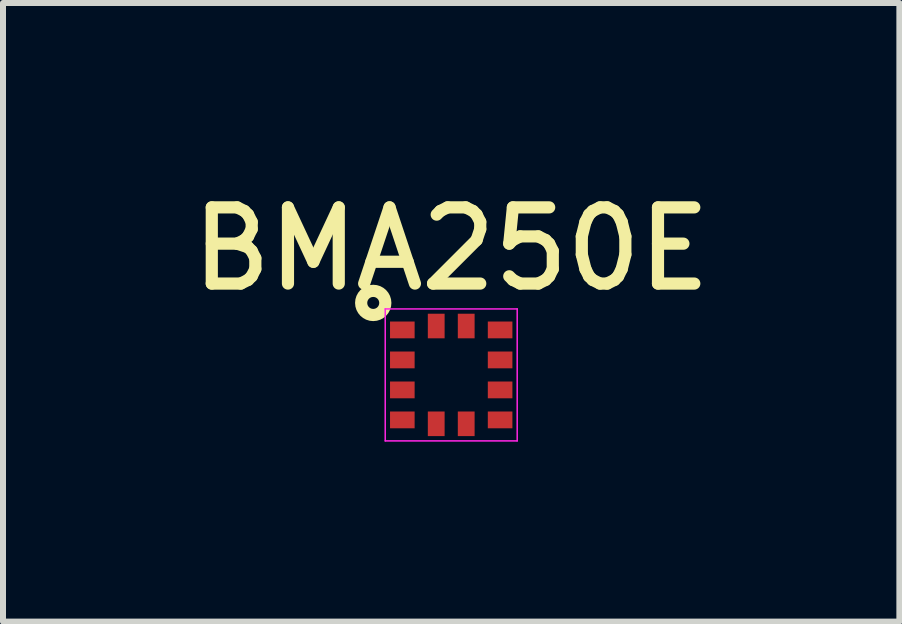
<source format=kicad_pcb>
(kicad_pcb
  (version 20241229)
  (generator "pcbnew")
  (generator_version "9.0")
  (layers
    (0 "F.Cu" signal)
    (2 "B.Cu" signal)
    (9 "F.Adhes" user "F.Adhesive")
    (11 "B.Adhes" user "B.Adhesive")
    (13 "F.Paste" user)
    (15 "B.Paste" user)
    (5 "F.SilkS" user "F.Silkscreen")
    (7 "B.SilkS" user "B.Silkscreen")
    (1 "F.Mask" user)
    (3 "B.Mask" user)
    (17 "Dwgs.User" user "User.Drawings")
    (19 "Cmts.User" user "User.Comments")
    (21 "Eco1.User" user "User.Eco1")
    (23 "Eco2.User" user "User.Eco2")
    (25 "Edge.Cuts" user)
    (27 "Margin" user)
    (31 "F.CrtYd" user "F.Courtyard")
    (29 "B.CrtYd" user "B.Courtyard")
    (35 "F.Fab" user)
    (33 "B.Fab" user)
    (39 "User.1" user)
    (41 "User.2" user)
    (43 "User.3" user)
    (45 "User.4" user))
  (footprint "BMA250E"
    (layer "F.Cu")
    (at 4.472 3.2)
    (property "Reference" "BMA250E" (at 0 -2.1 0) (layer "F.SilkS") (effects (font (size 1.27 1.27) (thickness 0.203))))
    (attr through_hole)
    (fp_circle (center -1.3 -1.2) (end -1.3 -1.3) (stroke (width 0.203) (type solid)) (fill no) (layer "F.SilkS"))
    (fp_line (start -1.1 -1.1) (end 1.1 -1.1) (stroke (width 0.025) (type solid)) (layer "F.CrtYd"))
    (fp_line (start -1.1 1.1) (end -1.1 -1.1) (stroke (width 0.025) (type solid)) (layer "F.CrtYd"))
    (fp_line (start 1.1 -1.1) (end 1.1 1.1) (stroke (width 0.025) (type solid)) (layer "F.CrtYd"))
    (fp_line (start 1.1 1.1) (end -1.1 1.1) (stroke (width 0.025) (type solid)) (layer "F.CrtYd"))
    (pad "1" smd rect (at -0.815 -0.75) (size 0.41 0.28) (layers "F.Cu" "F.Mask" "F.Paste"))
    (pad "2" smd rect (at -0.815 -0.25) (size 0.41 0.28) (layers "F.Cu" "F.Mask" "F.Paste"))
    (pad "3" smd rect (at -0.815 0.25) (size 0.41 0.28) (layers "F.Cu" "F.Mask" "F.Paste"))
    (pad "4" smd rect (at -0.815 0.75) (size 0.41 0.28) (layers "F.Cu" "F.Mask" "F.Paste"))
    (pad "5" smd rect (at -0.25 0.815 90) (size 0.41 0.28) (layers "F.Cu" "F.Mask" "F.Paste"))
    (pad "6" smd rect (at 0.25 0.815 90) (size 0.41 0.28) (layers "F.Cu" "F.Mask" "F.Paste"))
    (pad "7" smd rect (at 0.815 0.75) (size 0.41 0.28) (layers "F.Cu" "F.Mask" "F.Paste"))
    (pad "8" smd rect (at 0.815 0.25) (size 0.41 0.28) (layers "F.Cu" "F.Mask" "F.Paste"))
    (pad "9" smd rect (at 0.815 -0.25) (size 0.41 0.28) (layers "F.Cu" "F.Mask" "F.Paste"))
    (pad "10" smd rect (at 0.815 -0.75) (size 0.41 0.28) (layers "F.Cu" "F.Mask" "F.Paste"))
    (pad "11" smd rect (at 0.25 -0.815 90) (size 0.41 0.28) (layers "F.Cu" "F.Mask" "F.Paste"))
    (pad "12" smd rect (at -0.25 -0.815 90) (size 0.41 0.28) (layers "F.Cu" "F.Mask" "F.Paste")))
  (gr_rect
    (start -3 -3)
    (end 11.943 7.312)
    (stroke (width 0.1) (type default))
    (fill no)
    (layer "Edge.Cuts")))
</source>
